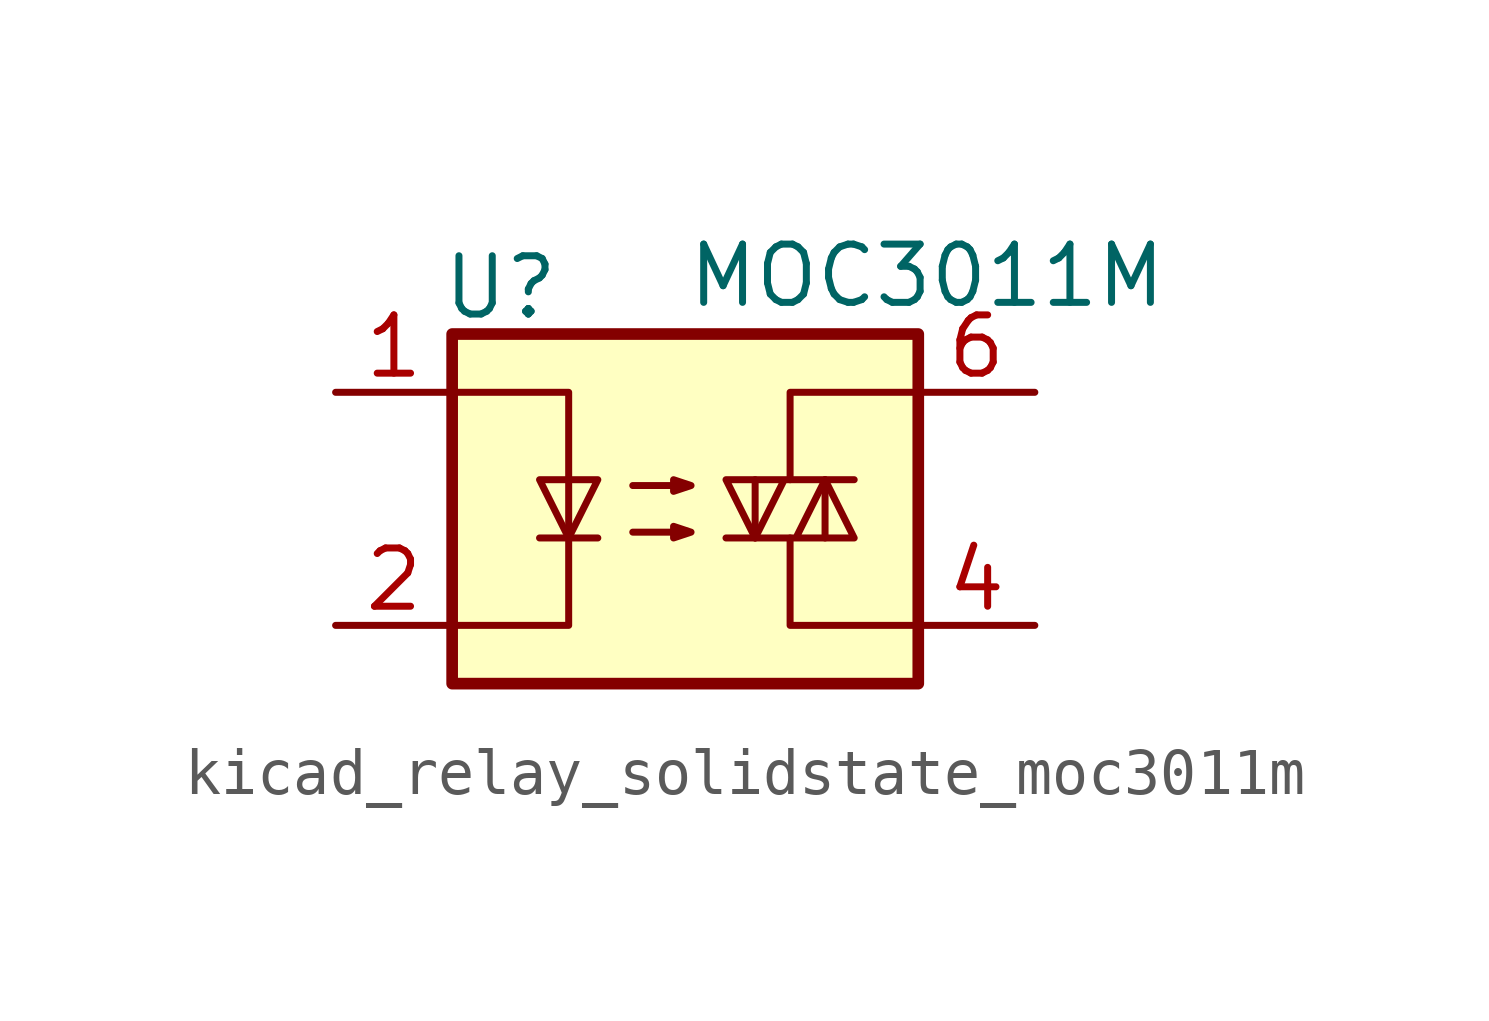
<source format=kicad_sym>
(kicad_symbol_lib
  (version 20220914)
  (generator kicad_symbol_editor)
  (symbol "kicad_relay_solidstate_moc3011m"
    (property "Reference" "U"
      (at -5.334 4.826 0)
      (effects (font (size 1.27 1.27)) (justify left)))
    (property "Value" "MOC3011M"
      (at 0 5.08 0)
      (effects (font (size 1.27 1.27)) (justify left)))
    (symbol "kicad_relay_solidstate_moc3011m_0_1"
      (rectangle (start -5.08 3.81) (end 5.08 -3.81) (stroke (width 0.254) (type default)) (fill (type background)))
      (polyline (pts (xy -3.175 -0.635) (xy -1.905 -0.635)) (stroke (width 0) (type default)) (fill (type none)))
      (polyline (pts (xy 1.524 -0.635) (xy 1.524 0.635)) (stroke (width 0) (type default)) (fill (type none)))
      (polyline (pts (xy 3.048 0.635) (xy 3.048 -0.635)) (stroke (width 0) (type default)) (fill (type none)))
      (polyline (pts (xy 2.286 -0.635) (xy 2.286 -2.54) (xy 5.08 -2.54)) (stroke (width 0) (type default)) (fill (type none)))
      (polyline (pts (xy 2.286 0.635) (xy 2.286 2.54) (xy 5.08 2.54)) (stroke (width 0) (type default)) (fill (type none)))
      (polyline (pts (xy -5.08 2.54) (xy -2.54 2.54) (xy -2.54 -2.54) (xy -5.08 -2.54)) (stroke (width 0) (type default)) (fill (type none)))
      (polyline (pts (xy -2.54 -0.635) (xy -3.175 0.635) (xy -1.905 0.635) (xy -2.54 -0.635)) (stroke (width 0) (type default)) (fill (type none)))
      (polyline (pts (xy 0.889 -0.635) (xy 3.683 -0.635) (xy 3.048 0.635) (xy 2.413 -0.635)) (stroke (width 0) (type default)) (fill (type none)))
      (polyline (pts (xy 3.683 0.635) (xy 0.889 0.635) (xy 1.524 -0.635) (xy 2.159 0.635)) (stroke (width 0) (type default)) (fill (type none)))
      (polyline (pts (xy -1.143 -0.508) (xy 0.127 -0.508) (xy -0.254 -0.635) (xy -0.254 -0.381) (xy 0.127 -0.508)) (stroke (width 0) (type default)) (fill (type none)))
      (polyline (pts (xy -1.143 0.508) (xy 0.127 0.508) (xy -0.254 0.381) (xy -0.254 0.635) (xy 0.127 0.508)) (stroke (width 0) (type default)) (fill (type none))))
    (symbol "kicad_relay_solidstate_moc3011m_1_1"
      (pin passive line (at -7.62 2.54 0) (length 2.54) (name "~" (effects (font (size 1.27 1.27)))) (number "1" (effects (font (size 1.27 1.27)))))
      (pin passive line (at -7.62 -2.54 0) (length 2.54) (name "~" (effects (font (size 1.27 1.27)))) (number "2" (effects (font (size 1.27 1.27)))))
      (pin no_connect line (at -5.08 0 0) (length 2.54) hide (name "NC" (effects (font (size 1.27 1.27)))) (number "3" (effects (font (size 1.27 1.27)))))
      (pin passive line (at 7.62 -2.54 180) (length 2.54) (name "~" (effects (font (size 1.27 1.27)))) (number "4" (effects (font (size 1.27 1.27)))))
      (pin no_connect line (at 5.08 0 180) (length 2.54) hide (name "NC" (effects (font (size 1.27 1.27)))) (number "5" (effects (font (size 1.27 1.27)))))
      (pin passive line (at 7.62 2.54 180) (length 2.54) (name "~" (effects (font (size 1.27 1.27)))) (number "6" (effects (font (size 1.27 1.27))))))))
</source>
